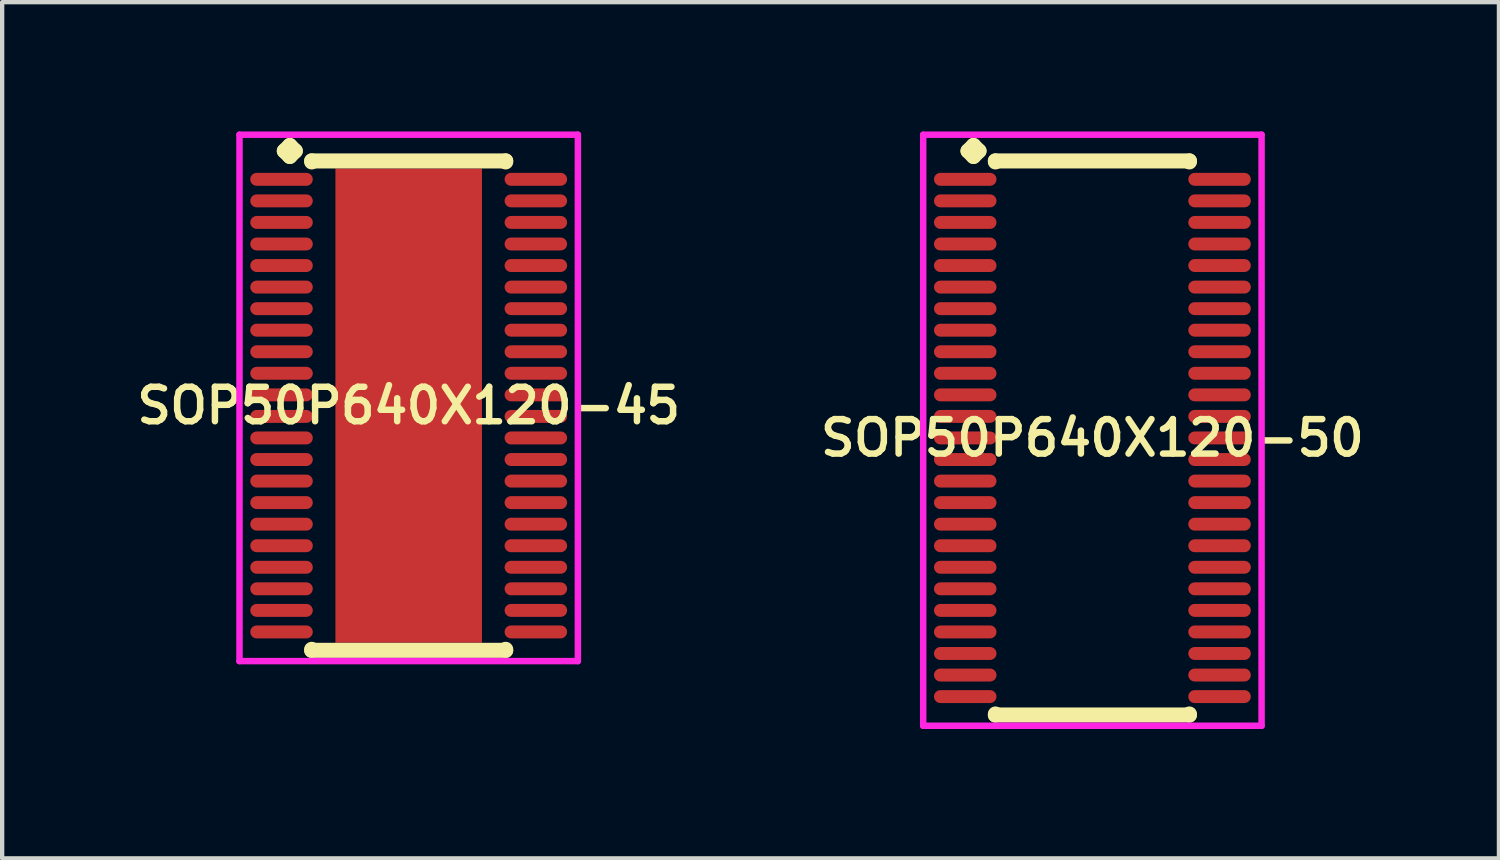
<source format=kicad_pcb>
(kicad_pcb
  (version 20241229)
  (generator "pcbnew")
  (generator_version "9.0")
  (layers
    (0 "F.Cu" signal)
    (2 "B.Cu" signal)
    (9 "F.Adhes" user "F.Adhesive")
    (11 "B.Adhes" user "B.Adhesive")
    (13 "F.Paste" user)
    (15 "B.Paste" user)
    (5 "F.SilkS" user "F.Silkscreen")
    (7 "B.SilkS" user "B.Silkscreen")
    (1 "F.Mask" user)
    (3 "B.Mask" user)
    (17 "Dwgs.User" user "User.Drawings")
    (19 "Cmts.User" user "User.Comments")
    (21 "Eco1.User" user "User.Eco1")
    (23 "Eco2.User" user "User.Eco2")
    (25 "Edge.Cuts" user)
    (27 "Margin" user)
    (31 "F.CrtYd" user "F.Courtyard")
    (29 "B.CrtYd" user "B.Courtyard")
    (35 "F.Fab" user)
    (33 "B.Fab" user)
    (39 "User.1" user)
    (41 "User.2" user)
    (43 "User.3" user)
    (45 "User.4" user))
  (footprint "SOP50P640X120-50"
    (layer "F.Cu")
    (at 22.292 7.11)
    (property "Reference" "SOP50P640X120-50" (at 0 0 0) (layer "F.SilkS") (effects (font (size 0.8 0.8) (thickness 0.15))))
    (attr through_hole)
    (fp_line (start -2.885 -6.658) (end -2.758 -6.785) (stroke (width 0.35) (type solid)) (layer "F.SilkS"))
    (fp_line (start -2.758 -6.785) (end -2.631 -6.658) (stroke (width 0.35) (type solid)) (layer "F.SilkS"))
    (fp_line (start -2.758 -6.531) (end -2.885 -6.658) (stroke (width 0.35) (type solid)) (layer "F.SilkS"))
    (fp_line (start -2.631 -6.658) (end -2.758 -6.531) (stroke (width 0.35) (type solid)) (layer "F.SilkS"))
    (fp_line (start -2.25 -6.427) (end 2.25 -6.427) (stroke (width 0.35) (type solid)) (layer "F.SilkS"))
    (fp_line (start -2.25 -6.404) (end -2.25 -6.427) (stroke (width 0.35) (type solid)) (layer "F.SilkS"))
    (fp_line (start -2.25 6.404) (end -2.25 6.427) (stroke (width 0.35) (type solid)) (layer "F.SilkS"))
    (fp_line (start -2.25 6.427) (end 2.25 6.427) (stroke (width 0.35) (type solid)) (layer "F.SilkS"))
    (fp_line (start 2.25 -6.427) (end 2.25 -6.404) (stroke (width 0.35) (type solid)) (layer "F.SilkS"))
    (fp_line (start 2.25 6.427) (end 2.25 6.404) (stroke (width 0.35) (type solid)) (layer "F.SilkS"))
    (fp_line (start -3.925 -7.035) (end 3.925 -7.035) (stroke (width 0.15) (type solid)) (layer "F.CrtYd"))
    (fp_line (start -3.925 6.677) (end -3.925 -7.035) (stroke (width 0.15) (type solid)) (layer "F.CrtYd"))
    (fp_line (start 3.925 -7.035) (end 3.925 6.677) (stroke (width 0.15) (type solid)) (layer "F.CrtYd"))
    (fp_line (start 3.925 6.677) (end -3.925 6.677) (stroke (width 0.15) (type solid)) (layer "F.CrtYd"))
    (pad "1" smd oval (at -2.95 -6) (size 1.45 0.3) (layers "F.Cu" "F.Mask" "F.Paste"))
    (pad "2" smd oval (at -2.95 -5.5) (size 1.45 0.3) (layers "F.Cu" "F.Mask" "F.Paste"))
    (pad "3" smd oval (at -2.95 -5) (size 1.45 0.3) (layers "F.Cu" "F.Mask" "F.Paste"))
    (pad "4" smd oval (at -2.95 -4.5) (size 1.45 0.3) (layers "F.Cu" "F.Mask" "F.Paste"))
    (pad "5" smd oval (at -2.95 -4) (size 1.45 0.3) (layers "F.Cu" "F.Mask" "F.Paste"))
    (pad "6" smd oval (at -2.95 -3.5) (size 1.45 0.3) (layers "F.Cu" "F.Mask" "F.Paste"))
    (pad "7" smd oval (at -2.95 -3) (size 1.45 0.3) (layers "F.Cu" "F.Mask" "F.Paste"))
    (pad "8" smd oval (at -2.95 -2.5) (size 1.45 0.3) (layers "F.Cu" "F.Mask" "F.Paste"))
    (pad "9" smd oval (at -2.95 -2) (size 1.45 0.3) (layers "F.Cu" "F.Mask" "F.Paste"))
    (pad "10" smd oval (at -2.95 -1.5) (size 1.45 0.3) (layers "F.Cu" "F.Mask" "F.Paste"))
    (pad "11" smd oval (at -2.95 -1) (size 1.45 0.3) (layers "F.Cu" "F.Mask" "F.Paste"))
    (pad "12" smd oval (at -2.95 -0.5) (size 1.45 0.3) (layers "F.Cu" "F.Mask" "F.Paste"))
    (pad "13" smd oval (at -2.95 0) (size 1.45 0.3) (layers "F.Cu" "F.Mask" "F.Paste"))
    (pad "14" smd oval (at -2.95 0.5) (size 1.45 0.3) (layers "F.Cu" "F.Mask" "F.Paste"))
    (pad "15" smd oval (at -2.95 1) (size 1.45 0.3) (layers "F.Cu" "F.Mask" "F.Paste"))
    (pad "16" smd oval (at -2.95 1.5) (size 1.45 0.3) (layers "F.Cu" "F.Mask" "F.Paste"))
    (pad "17" smd oval (at -2.95 2) (size 1.45 0.3) (layers "F.Cu" "F.Mask" "F.Paste"))
    (pad "18" smd oval (at -2.95 2.5) (size 1.45 0.3) (layers "F.Cu" "F.Mask" "F.Paste"))
    (pad "19" smd oval (at -2.95 3) (size 1.45 0.3) (layers "F.Cu" "F.Mask" "F.Paste"))
    (pad "20" smd oval (at -2.95 3.5) (size 1.45 0.3) (layers "F.Cu" "F.Mask" "F.Paste"))
    (pad "21" smd oval (at -2.95 4) (size 1.45 0.3) (layers "F.Cu" "F.Mask" "F.Paste"))
    (pad "22" smd oval (at -2.95 4.5) (size 1.45 0.3) (layers "F.Cu" "F.Mask" "F.Paste"))
    (pad "23" smd oval (at -2.95 5) (size 1.45 0.3) (layers "F.Cu" "F.Mask" "F.Paste"))
    (pad "24" smd oval (at -2.95 5.5) (size 1.45 0.3) (layers "F.Cu" "F.Mask" "F.Paste"))
    (pad "25" smd oval (at -2.95 6) (size 1.45 0.3) (layers "F.Cu" "F.Mask" "F.Paste"))
    (pad "26" smd oval (at 2.95 6) (size 1.45 0.3) (layers "F.Cu" "F.Mask" "F.Paste"))
    (pad "27" smd oval (at 2.95 5.5) (size 1.45 0.3) (layers "F.Cu" "F.Mask" "F.Paste"))
    (pad "28" smd oval (at 2.95 5) (size 1.45 0.3) (layers "F.Cu" "F.Mask" "F.Paste"))
    (pad "29" smd oval (at 2.95 4.5) (size 1.45 0.3) (layers "F.Cu" "F.Mask" "F.Paste"))
    (pad "30" smd oval (at 2.95 4) (size 1.45 0.3) (layers "F.Cu" "F.Mask" "F.Paste"))
    (pad "31" smd oval (at 2.95 3.5) (size 1.45 0.3) (layers "F.Cu" "F.Mask" "F.Paste"))
    (pad "32" smd oval (at 2.95 3) (size 1.45 0.3) (layers "F.Cu" "F.Mask" "F.Paste"))
    (pad "33" smd oval (at 2.95 2.5) (size 1.45 0.3) (layers "F.Cu" "F.Mask" "F.Paste"))
    (pad "34" smd oval (at 2.95 2) (size 1.45 0.3) (layers "F.Cu" "F.Mask" "F.Paste"))
    (pad "35" smd oval (at 2.95 1.5) (size 1.45 0.3) (layers "F.Cu" "F.Mask" "F.Paste"))
    (pad "36" smd oval (at 2.95 1) (size 1.45 0.3) (layers "F.Cu" "F.Mask" "F.Paste"))
    (pad "37" smd oval (at 2.95 0.5) (size 1.45 0.3) (layers "F.Cu" "F.Mask" "F.Paste"))
    (pad "38" smd oval (at 2.95 0) (size 1.45 0.3) (layers "F.Cu" "F.Mask" "F.Paste"))
    (pad "39" smd oval (at 2.95 -0.5) (size 1.45 0.3) (layers "F.Cu" "F.Mask" "F.Paste"))
    (pad "40" smd oval (at 2.95 -1) (size 1.45 0.3) (layers "F.Cu" "F.Mask" "F.Paste"))
    (pad "41" smd oval (at 2.95 -1.5) (size 1.45 0.3) (layers "F.Cu" "F.Mask" "F.Paste"))
    (pad "42" smd oval (at 2.95 -2) (size 1.45 0.3) (layers "F.Cu" "F.Mask" "F.Paste"))
    (pad "43" smd oval (at 2.95 -2.5) (size 1.45 0.3) (layers "F.Cu" "F.Mask" "F.Paste"))
    (pad "44" smd oval (at 2.95 -3) (size 1.45 0.3) (layers "F.Cu" "F.Mask" "F.Paste"))
    (pad "45" smd oval (at 2.95 -3.5) (size 1.45 0.3) (layers "F.Cu" "F.Mask" "F.Paste"))
    (pad "46" smd oval (at 2.95 -4) (size 1.45 0.3) (layers "F.Cu" "F.Mask" "F.Paste"))
    (pad "47" smd oval (at 2.95 -4.5) (size 1.45 0.3) (layers "F.Cu" "F.Mask" "F.Paste"))
    (pad "48" smd oval (at 2.95 -5) (size 1.45 0.3) (layers "F.Cu" "F.Mask" "F.Paste"))
    (pad "49" smd oval (at 2.95 -5.5) (size 1.45 0.3) (layers "F.Cu" "F.Mask" "F.Paste"))
    (pad "50" smd oval (at 2.95 -6) (size 1.45 0.3) (layers "F.Cu" "F.Mask" "F.Paste")))
  (footprint "SOP50P640X120-45"
    (layer "F.Cu")
    (at 6.431 6.36)
    (property "Reference" "SOP50P640X120-45" (at 0 0 0) (layer "F.SilkS") (effects (font (size 0.8 0.8) (thickness 0.15))))
    (attr smd)
    (fp_line (start -2.885 -5.908) (end -2.758 -6.035) (stroke (width 0.35) (type solid)) (layer "F.SilkS"))
    (fp_line (start -2.758 -6.035) (end -2.631 -5.908) (stroke (width 0.35) (type solid)) (layer "F.SilkS"))
    (fp_line (start -2.758 -5.781) (end -2.885 -5.908) (stroke (width 0.35) (type solid)) (layer "F.SilkS"))
    (fp_line (start -2.631 -5.908) (end -2.758 -5.781) (stroke (width 0.35) (type solid)) (layer "F.SilkS"))
    (fp_line (start -2.25 -5.677) (end 2.25 -5.677) (stroke (width 0.35) (type solid)) (layer "F.SilkS"))
    (fp_line (start -2.25 -5.654) (end -2.25 -5.677) (stroke (width 0.35) (type solid)) (layer "F.SilkS"))
    (fp_line (start -2.25 5.654) (end -2.25 5.677) (stroke (width 0.35) (type solid)) (layer "F.SilkS"))
    (fp_line (start -2.25 5.677) (end 2.25 5.677) (stroke (width 0.35) (type solid)) (layer "F.SilkS"))
    (fp_line (start 2.25 -5.677) (end 2.25 -5.654) (stroke (width 0.35) (type solid)) (layer "F.SilkS"))
    (fp_line (start 2.25 5.677) (end 2.25 5.654) (stroke (width 0.35) (type solid)) (layer "F.SilkS"))
    (fp_line (start -3.925 -6.285) (end 3.925 -6.285) (stroke (width 0.15) (type solid)) (layer "F.CrtYd"))
    (fp_line (start -3.925 5.927) (end -3.925 -6.285) (stroke (width 0.15) (type solid)) (layer "F.CrtYd"))
    (fp_line (start 3.925 -6.285) (end 3.925 5.927) (stroke (width 0.15) (type solid)) (layer "F.CrtYd"))
    (fp_line (start 3.925 5.927) (end -3.925 5.927) (stroke (width 0.15) (type solid)) (layer "F.CrtYd"))
    (pad "1" smd oval (at -2.95 -5.25) (size 1.45 0.3) (layers "F.Cu" "F.Mask" "F.Paste"))
    (pad "2" smd oval (at -2.95 -4.75) (size 1.45 0.3) (layers "F.Cu" "F.Mask" "F.Paste"))
    (pad "3" smd oval (at -2.95 -4.25) (size 1.45 0.3) (layers "F.Cu" "F.Mask" "F.Paste"))
    (pad "4" smd oval (at -2.95 -3.75) (size 1.45 0.3) (layers "F.Cu" "F.Mask" "F.Paste"))
    (pad "5" smd oval (at -2.95 -3.25) (size 1.45 0.3) (layers "F.Cu" "F.Mask" "F.Paste"))
    (pad "6" smd oval (at -2.95 -2.75) (size 1.45 0.3) (layers "F.Cu" "F.Mask" "F.Paste"))
    (pad "7" smd oval (at -2.95 -2.25) (size 1.45 0.3) (layers "F.Cu" "F.Mask" "F.Paste"))
    (pad "8" smd oval (at -2.95 -1.75) (size 1.45 0.3) (layers "F.Cu" "F.Mask" "F.Paste"))
    (pad "9" smd oval (at -2.95 -1.25) (size 1.45 0.3) (layers "F.Cu" "F.Mask" "F.Paste"))
    (pad "10" smd oval (at -2.95 -0.75) (size 1.45 0.3) (layers "F.Cu" "F.Mask" "F.Paste"))
    (pad "11" smd oval (at -2.95 -0.25) (size 1.45 0.3) (layers "F.Cu" "F.Mask" "F.Paste"))
    (pad "12" smd oval (at -2.95 0.25) (size 1.45 0.3) (layers "F.Cu" "F.Mask" "F.Paste"))
    (pad "13" smd oval (at -2.95 0.75) (size 1.45 0.3) (layers "F.Cu" "F.Mask" "F.Paste"))
    (pad "14" smd oval (at -2.95 1.25) (size 1.45 0.3) (layers "F.Cu" "F.Mask" "F.Paste"))
    (pad "15" smd oval (at -2.95 1.75) (size 1.45 0.3) (layers "F.Cu" "F.Mask" "F.Paste"))
    (pad "16" smd oval (at -2.95 2.25) (size 1.45 0.3) (layers "F.Cu" "F.Mask" "F.Paste"))
    (pad "17" smd oval (at -2.95 2.75) (size 1.45 0.3) (layers "F.Cu" "F.Mask" "F.Paste"))
    (pad "18" smd oval (at -2.95 3.25) (size 1.45 0.3) (layers "F.Cu" "F.Mask" "F.Paste"))
    (pad "19" smd oval (at -2.95 3.75) (size 1.45 0.3) (layers "F.Cu" "F.Mask" "F.Paste"))
    (pad "20" smd oval (at -2.95 4.25) (size 1.45 0.3) (layers "F.Cu" "F.Mask" "F.Paste"))
    (pad "21" smd oval (at -2.95 4.75) (size 1.45 0.3) (layers "F.Cu" "F.Mask" "F.Paste"))
    (pad "22" smd oval (at -2.95 5.25) (size 1.45 0.3) (layers "F.Cu" "F.Mask" "F.Paste"))
    (pad "23" smd oval (at 2.95 5.25) (size 1.45 0.3) (layers "F.Cu" "F.Mask" "F.Paste"))
    (pad "24" smd oval (at 2.95 4.75) (size 1.45 0.3) (layers "F.Cu" "F.Mask" "F.Paste"))
    (pad "25" smd oval (at 2.95 4.25) (size 1.45 0.3) (layers "F.Cu" "F.Mask" "F.Paste"))
    (pad "26" smd oval (at 2.95 3.75) (size 1.45 0.3) (layers "F.Cu" "F.Mask" "F.Paste"))
    (pad "27" smd oval (at 2.95 3.25) (size 1.45 0.3) (layers "F.Cu" "F.Mask" "F.Paste"))
    (pad "28" smd oval (at 2.95 2.75) (size 1.45 0.3) (layers "F.Cu" "F.Mask" "F.Paste"))
    (pad "29" smd oval (at 2.95 2.25) (size 1.45 0.3) (layers "F.Cu" "F.Mask" "F.Paste"))
    (pad "30" smd oval (at 2.95 1.75) (size 1.45 0.3) (layers "F.Cu" "F.Mask" "F.Paste"))
    (pad "31" smd oval (at 2.95 1.25) (size 1.45 0.3) (layers "F.Cu" "F.Mask" "F.Paste"))
    (pad "32" smd oval (at 2.95 0.75) (size 1.45 0.3) (layers "F.Cu" "F.Mask" "F.Paste"))
    (pad "33" smd oval (at 2.95 0.25) (size 1.45 0.3) (layers "F.Cu" "F.Mask" "F.Paste"))
    (pad "34" smd oval (at 2.95 -0.25) (size 1.45 0.3) (layers "F.Cu" "F.Mask" "F.Paste"))
    (pad "35" smd oval (at 2.95 -0.75) (size 1.45 0.3) (layers "F.Cu" "F.Mask" "F.Paste"))
    (pad "36" smd oval (at 2.95 -1.25) (size 1.45 0.3) (layers "F.Cu" "F.Mask" "F.Paste"))
    (pad "37" smd oval (at 2.95 -1.75) (size 1.45 0.3) (layers "F.Cu" "F.Mask" "F.Paste"))
    (pad "38" smd oval (at 2.95 -2.25) (size 1.45 0.3) (layers "F.Cu" "F.Mask" "F.Paste"))
    (pad "39" smd oval (at 2.95 -2.75) (size 1.45 0.3) (layers "F.Cu" "F.Mask" "F.Paste"))
    (pad "40" smd oval (at 2.95 -3.25) (size 1.45 0.3) (layers "F.Cu" "F.Mask" "F.Paste"))
    (pad "41" smd oval (at 2.95 -3.75) (size 1.45 0.3) (layers "F.Cu" "F.Mask" "F.Paste"))
    (pad "42" smd oval (at 2.95 -4.25) (size 1.45 0.3) (layers "F.Cu" "F.Mask" "F.Paste"))
    (pad "43" smd oval (at 2.95 -4.75) (size 1.45 0.3) (layers "F.Cu" "F.Mask" "F.Paste"))
    (pad "44" smd oval (at 2.95 -5.25) (size 1.45 0.3) (layers "F.Cu" "F.Mask" "F.Paste"))
    (pad "45" smd rect (at 0 0) (size 3.4 11) (layers "F.Cu" "F.Mask" "F.Paste")))
  (gr_rect
    (start -3 -3)
    (end 31.723 16.862)
    (stroke (width 0.1) (type default))
    (fill no)
    (layer "Edge.Cuts")))
</source>
